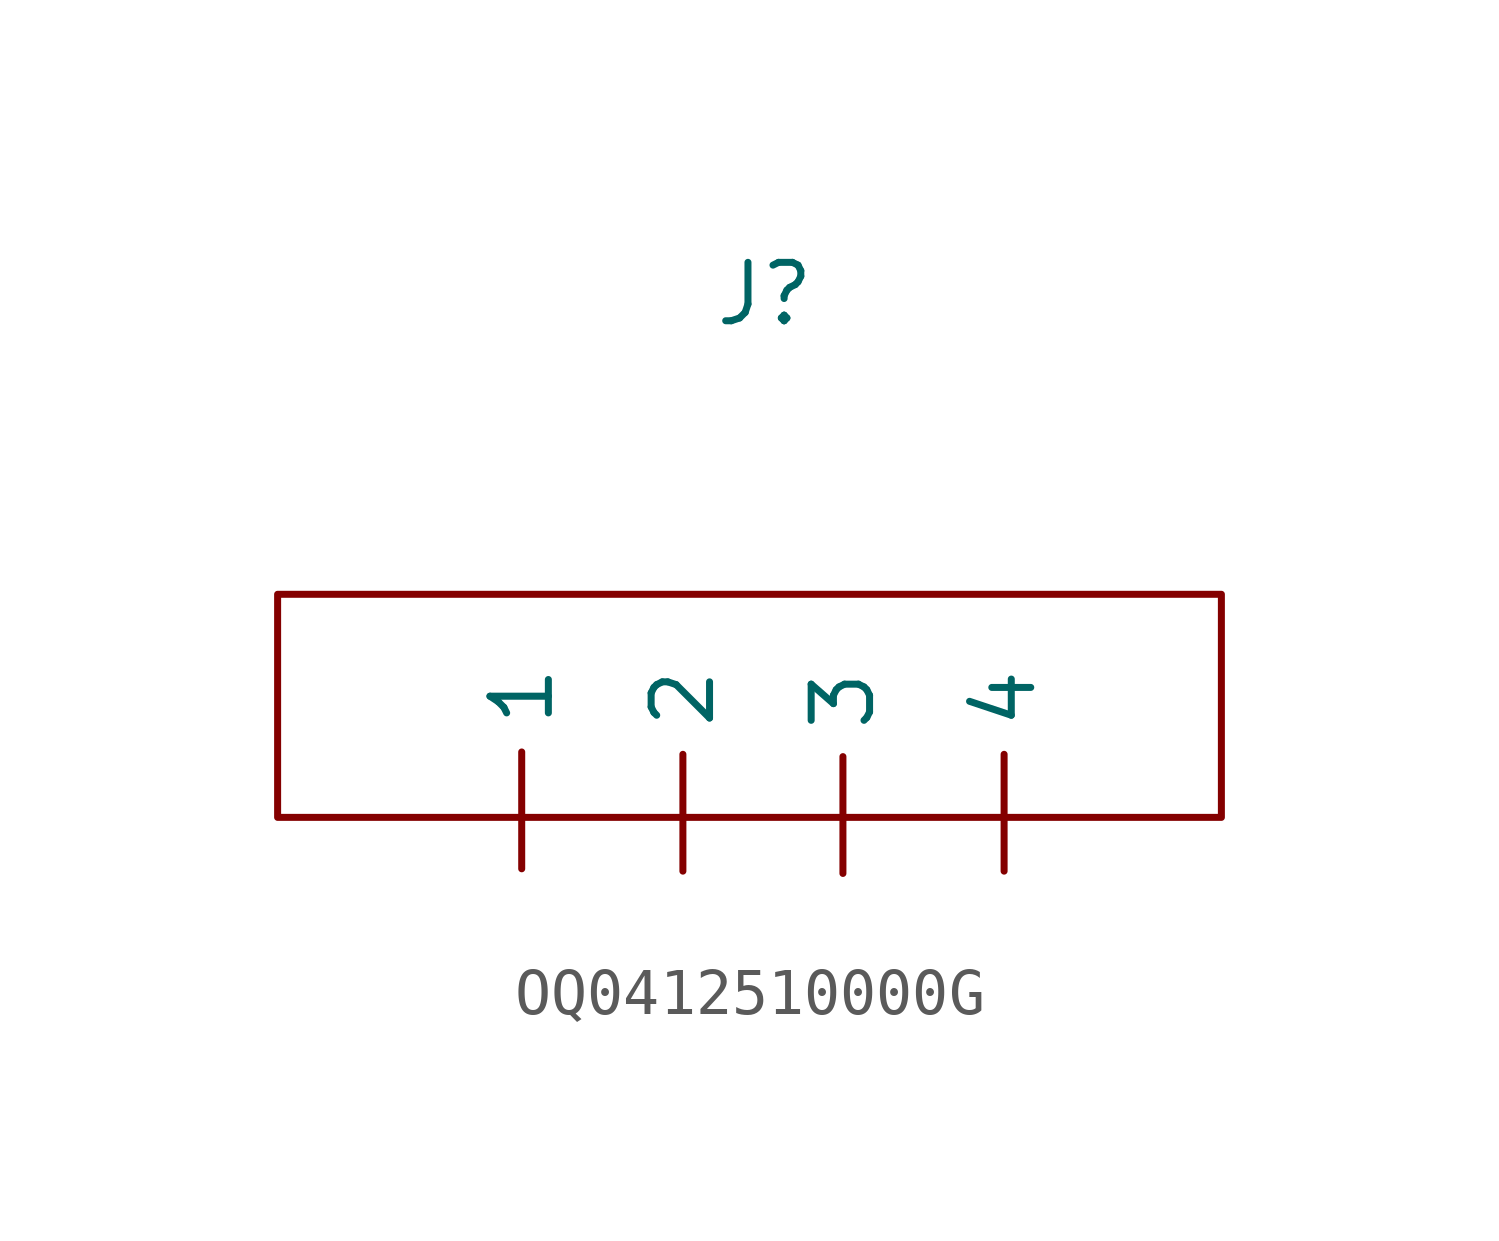
<source format=kicad_sym>
(kicad_symbol_lib
  (version 20220914)
  (generator kicad_symbol_editor)
  (symbol "OQ0412510000G"
    (property "Reference" "J"
      (at 0.025 6.477 0)
      (effects (font (size 1.27 1.27))))
    (property "Value" ""
      (at 1.346 1.676 0)
      (effects (font (size 1.27 1.27))))
    (symbol "OQ0412510000G_0_1"
      (rectangle (start 9.957 -4.902) (end -10.566 -0.051) (stroke (width 0) (type default)) (fill (type none))))
    (symbol "OQ0412510000G_1_1"
      (pin bidirectional line (at -5.258 -6.02 90) (length 2.54) (name "1" (effects (font (size 1.27 1.27)))) (number "" (effects (font (size 1.27 1.27)))))
      (pin bidirectional line (at -1.753 -6.071 90) (length 2.54) (name "2" (effects (font (size 1.27 1.27)))) (number "" (effects (font (size 1.27 1.27)))))
      (pin bidirectional line (at 1.727 -6.121 90) (length 2.54) (name "3" (effects (font (size 1.27 1.27)))) (number "" (effects (font (size 1.27 1.27)))))
      (pin bidirectional line (at 5.232 -6.071 90) (length 2.54) (name "4" (effects (font (size 1.27 1.27)))) (number "" (effects (font (size 1.27 1.27))))))))
</source>
